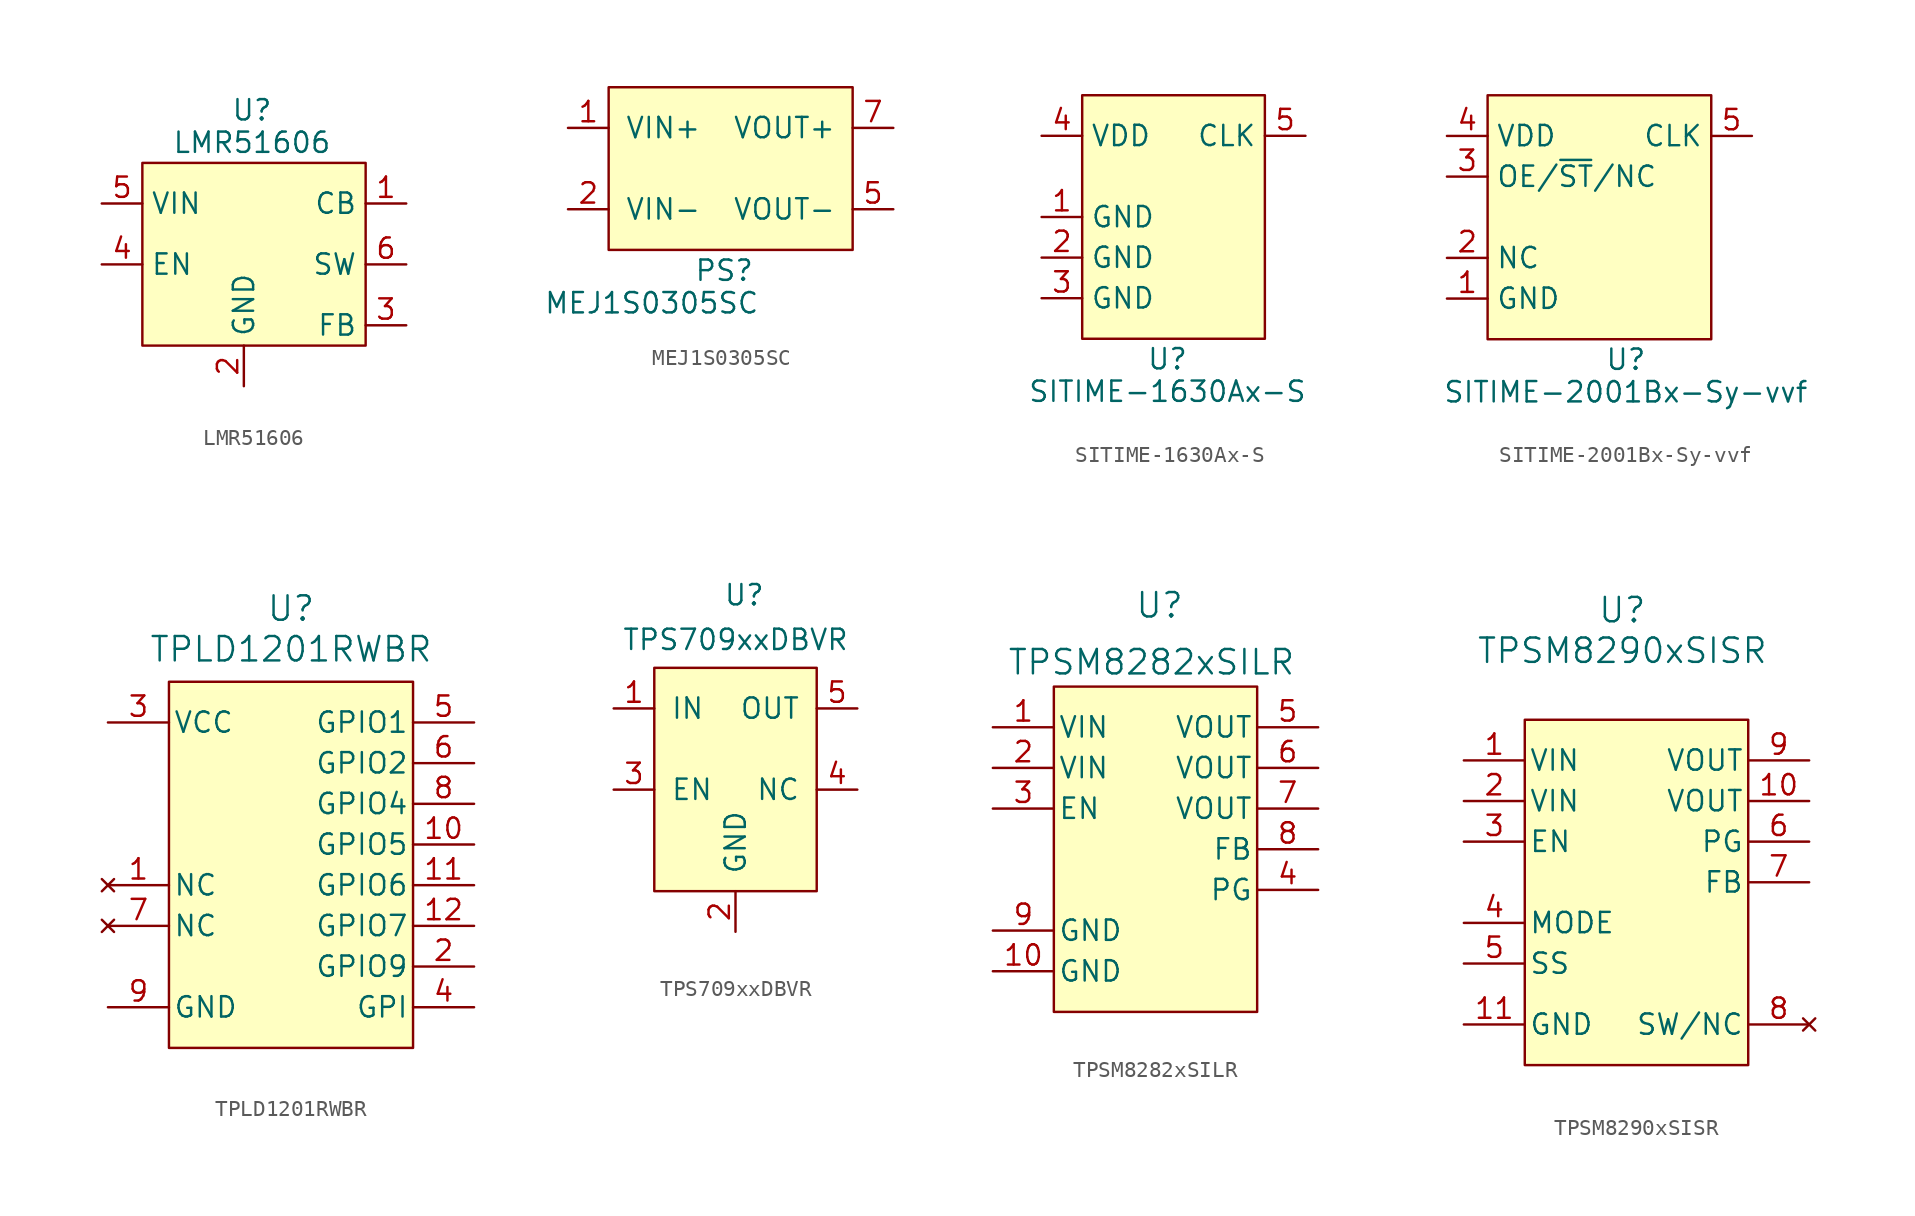
<source format=kicad_sym>
(kicad_symbol_lib
  (version 20241209)
  (generator "kicad_symbol_editor")
  (generator_version "9.0")
  (symbol "LMR51606"
    (property "Reference" "U"
      (at 6.858 4.572 0)
      (effects (font (size 1.27 1.27))))
    (property "Value" "LMR51606"
      (at 6.858 2.54 0)
      (effects (font (size 1.27 1.27))))
    (symbol "LMR51606_1_1"
      (rectangle (start 0 1.27) (end 13.97 -10.16) (stroke (width 0) (type solid)) (fill (type background)))
      (pin power_in line (at -2.54 -1.27 0) (length 2.54) (name "VIN" (effects (font (size 1.27 1.27)))) (number "5" (effects (font (size 1.27 1.27)))))
      (pin input line (at -2.54 -5.08 0) (length 2.54) (name "EN" (effects (font (size 1.27 1.27)))) (number "4" (effects (font (size 1.27 1.27)))))
      (pin power_out line (at 6.35 -12.7 90) (length 2.54) (name "GND" (effects (font (size 1.27 1.27)))) (number "2" (effects (font (size 1.27 1.27)))))
      (pin bidirectional line (at 16.51 -1.27 180) (length 2.54) (name "CB" (effects (font (size 1.27 1.27)))) (number "1" (effects (font (size 1.27 1.27)))))
      (pin power_out line (at 16.51 -5.08 180) (length 2.54) (name "SW" (effects (font (size 1.27 1.27)))) (number "6" (effects (font (size 1.27 1.27)))))
      (pin input line (at 16.51 -8.89 180) (length 2.54) (name "FB" (effects (font (size 1.27 1.27)))) (number "3" (effects (font (size 1.27 1.27)))))))
  (symbol "MEJ1S0305SC"
    (pin_names
      (offset 1.016))
    (property "Reference" "PS"
      (at 5.334 -2.032 0)
      (effects (font (size 1.27 1.27)) (justify left bottom)))
    (property "Value" "MEJ1S0305SC"
      (at -4.064 -4.064 0)
      (effects (font (size 1.27 1.27)) (justify left bottom)))
    (symbol "MEJ1S0305SC_1_0"
      (rectangle (start 0 10.16) (end 15.24 0) (stroke (width 0) (type solid)) (fill (type background)))
      (pin input line (at -2.54 7.62 0) (length 2.54) (name "VIN+" (effects (font (size 1.27 1.27)))) (number "1" (effects (font (size 1.27 1.27)))))
      (pin input line (at -2.54 2.54 0) (length 2.54) (name "VIN-" (effects (font (size 1.27 1.27)))) (number "2" (effects (font (size 1.27 1.27)))))
      (pin output line (at 17.78 7.62 180) (length 2.54) (name "VOUT+" (effects (font (size 1.27 1.27)))) (number "7" (effects (font (size 1.27 1.27)))))
      (pin output line (at 17.78 2.54 180) (length 2.54) (name "VOUT-" (effects (font (size 1.27 1.27)))) (number "5" (effects (font (size 1.27 1.27)))))))
  (symbol "SITIME-1630Ax-S"
    (property "Reference" "U"
      (at 5.334 -1.27 0)
      (effects (font (size 1.27 1.27))))
    (property "Value" "SITIME-1630Ax-S"
      (at 5.334 -3.302 0)
      (effects (font (size 1.27 1.27))))
    (symbol "SITIME-1630Ax-S_1_1"
      (rectangle (start 0 15.24) (end 11.43 0) (stroke (width 0) (type solid)) (fill (type background)))
      (pin power_in line (at -2.54 12.7 0) (length 2.54) (name "VDD" (effects (font (size 1.27 1.27)))) (number "4" (effects (font (size 1.27 1.27)))))
      (pin power_in line (at -2.54 7.62 0) (length 2.54) (name "GND" (effects (font (size 1.27 1.27)))) (number "1" (effects (font (size 1.27 1.27)))))
      (pin power_in line (at -2.54 5.08 0) (length 2.54) (name "GND" (effects (font (size 1.27 1.27)))) (number "2" (effects (font (size 1.27 1.27)))))
      (pin power_in line (at -2.54 2.54 0) (length 2.54) (name "GND" (effects (font (size 1.27 1.27)))) (number "3" (effects (font (size 1.27 1.27)))))
      (pin output line (at 13.97 12.7 180) (length 2.54) (name "CLK" (effects (font (size 1.27 1.27)))) (number "5" (effects (font (size 1.27 1.27)))))))
  (symbol "SITIME-2001Bx-Sy-vvf"
    (property "Reference" "U"
      (at 8.636 -1.27 0)
      (effects (font (size 1.27 1.27))))
    (property "Value" "SITIME-2001Bx-Sy-vvf"
      (at 8.636 -3.302 0)
      (effects (font (size 1.27 1.27))))
    (symbol "SITIME-2001Bx-Sy-vvf_1_1"
      (rectangle (start 0 15.24) (end 13.97 0) (stroke (width 0) (type solid)) (fill (type background)))
      (pin power_in line (at -2.54 12.7 0) (length 2.54) (name "VDD" (effects (font (size 1.27 1.27)))) (number "4" (effects (font (size 1.27 1.27)))))
      (pin power_in line (at -2.54 10.16 0) (length 2.54) (name "OE/~{ST}/NC" (effects (font (size 1.27 1.27)))) (number "3" (effects (font (size 1.27 1.27)))))
      (pin power_in line (at -2.54 5.08 0) (length 2.54) (name "NC" (effects (font (size 1.27 1.27)))) (number "2" (effects (font (size 1.27 1.27)))))
      (pin power_in line (at -2.54 2.54 0) (length 2.54) (name "GND" (effects (font (size 1.27 1.27)))) (number "1" (effects (font (size 1.27 1.27)))))
      (pin output line (at 16.51 12.7 180) (length 2.54) (name "CLK" (effects (font (size 1.27 1.27)))) (number "5" (effects (font (size 1.27 1.27)))))))
  (symbol "TPLD1201RWBR"
    (pin_names
      (offset 0.254))
    (property "Reference" "U"
      (at 7.62 4.572 0)
      (effects (font (size 1.524 1.524))))
    (property "Value" "TPLD1201RWBR"
      (at 7.62 2.032 0)
      (effects (font (size 1.524 1.524))))
    (symbol "TPLD1201RWBR_0_1"
      (pin power_in line (at -3.81 -2.54 0) (length 3.81) (name "VCC" (effects (font (size 1.27 1.27)))) (number "3" (effects (font (size 1.27 1.27)))))
      (pin power_in line (at -3.81 -20.32 0) (length 3.81) (name "GND" (effects (font (size 1.27 1.27)))) (number "9" (effects (font (size 1.27 1.27)))))
      (pin bidirectional line (at 19.05 -2.54 180) (length 3.81) (name "GPIO1" (effects (font (size 1.27 1.27)))) (number "5" (effects (font (size 1.27 1.27)))))
      (pin bidirectional line (at 19.05 -5.08 180) (length 3.81) (name "GPIO2" (effects (font (size 1.27 1.27)))) (number "6" (effects (font (size 1.27 1.27)))))
      (pin bidirectional line (at 19.05 -7.62 180) (length 3.81) (name "GPIO4" (effects (font (size 1.27 1.27)))) (number "8" (effects (font (size 1.27 1.27)))))
      (pin bidirectional line (at 19.05 -10.16 180) (length 3.81) (name "GPIO5" (effects (font (size 1.27 1.27)))) (number "10" (effects (font (size 1.27 1.27)))))
      (pin bidirectional line (at 19.05 -12.7 180) (length 3.81) (name "GPIO6" (effects (font (size 1.27 1.27)))) (number "11" (effects (font (size 1.27 1.27)))))
      (pin bidirectional line (at 19.05 -15.24 180) (length 3.81) (name "GPIO7" (effects (font (size 1.27 1.27)))) (number "12" (effects (font (size 1.27 1.27)))))
      (pin bidirectional line (at 19.05 -17.78 180) (length 3.81) (name "GPIO9" (effects (font (size 1.27 1.27)))) (number "2" (effects (font (size 1.27 1.27)))))
      (pin input line (at 19.05 -20.32 180) (length 3.81) (name "GPI" (effects (font (size 1.27 1.27)))) (number "4" (effects (font (size 1.27 1.27))))))
    (symbol "TPLD1201RWBR_1_1"
      (rectangle (start 0 0) (end 15.24 -22.86) (stroke (width 0) (type solid)) (fill (type background)))
      (pin no_connect line (at -3.81 -12.7 0) (length 3.81) (name "NC" (effects (font (size 1.27 1.27)))) (number "1" (effects (font (size 1.27 1.27)))))
      (pin no_connect line (at -3.81 -15.24 0) (length 3.81) (name "NC" (effects (font (size 1.27 1.27)))) (number "7" (effects (font (size 1.27 1.27)))))))
  (symbol "TPS709xxDBVR"
    (pin_names
      (offset 1.016))
    (property "Reference" "U"
      (at 4.318 17.78 0)
      (effects (font (size 1.27 1.27)) (justify left bottom)))
    (property "Value" "TPS709xxDBVR"
      (at -2.032 14.986 0)
      (effects (font (size 1.27 1.27)) (justify left bottom)))
    (symbol "TPS709xxDBVR_1_0"
      (rectangle (start 0 13.97) (end 10.16 0) (stroke (width 0) (type solid)) (fill (type background)))
      (pin input line (at -2.54 11.43 0) (length 2.54) (name "IN" (effects (font (size 1.27 1.27)))) (number "1" (effects (font (size 1.27 1.27)))))
      (pin input line (at -2.54 6.35 0) (length 2.54) (name "EN" (effects (font (size 1.27 1.27)))) (number "3" (effects (font (size 1.27 1.27)))))
      (pin power_in line (at 5.08 -2.54 90) (length 2.54) (name "GND" (effects (font (size 1.27 1.27)))) (number "2" (effects (font (size 1.27 1.27)))))
      (pin power_out line (at 12.7 11.43 180) (length 2.54) (name "OUT" (effects (font (size 1.27 1.27)))) (number "5" (effects (font (size 1.27 1.27)))))
      (pin unspecified line (at 12.7 6.35 180) (length 2.54) (name "NC" (effects (font (size 1.27 1.27)))) (number "4" (effects (font (size 1.27 1.27)))))))
  (symbol "TPSM8282xSILR"
    (pin_names
      (offset 0.254))
    (property "Reference" "U"
      (at 6.604 6.35 0)
      (effects (font (size 1.524 1.524))))
    (property "Value" "TPSM8282xSILR"
      (at 6.096 2.794 0)
      (effects (font (size 1.524 1.524))))
    (symbol "TPSM8282xSILR_0_1"
      (pin power_in line (at -3.81 -1.27 0) (length 3.81) (name "VIN" (effects (font (size 1.27 1.27)))) (number "1" (effects (font (size 1.27 1.27)))))
      (pin power_in line (at -3.81 -3.81 0) (length 3.81) (name "VIN" (effects (font (size 1.27 1.27)))) (number "2" (effects (font (size 1.27 1.27)))))
      (pin input line (at -3.81 -6.35 0) (length 3.81) (name "EN" (effects (font (size 1.27 1.27)))) (number "3" (effects (font (size 1.27 1.27)))))
      (pin power_in line (at -3.81 -13.97 0) (length 3.81) (name "GND" (effects (font (size 1.27 1.27)))) (number "9" (effects (font (size 1.27 1.27)))))
      (pin power_in line (at -3.81 -16.51 0) (length 3.81) (name "GND" (effects (font (size 1.27 1.27)))) (number "10" (effects (font (size 1.27 1.27)))))
      (pin unspecified line (at 16.51 -1.27 180) (length 3.81) (name "VOUT" (effects (font (size 1.27 1.27)))) (number "5" (effects (font (size 1.27 1.27)))))
      (pin unspecified line (at 16.51 -3.81 180) (length 3.81) (name "VOUT" (effects (font (size 1.27 1.27)))) (number "6" (effects (font (size 1.27 1.27)))))
      (pin unspecified line (at 16.51 -6.35 180) (length 3.81) (name "VOUT" (effects (font (size 1.27 1.27)))) (number "7" (effects (font (size 1.27 1.27)))))
      (pin unspecified line (at 16.51 -8.89 180) (length 3.81) (name "FB" (effects (font (size 1.27 1.27)))) (number "8" (effects (font (size 1.27 1.27)))))
      (pin open_collector line (at 16.51 -11.43 180) (length 3.81) (name "PG" (effects (font (size 1.27 1.27)))) (number "4" (effects (font (size 1.27 1.27))))))
    (symbol "TPSM8282xSILR_1_1"
      (rectangle (start 0 1.27) (end 12.7 -19.05) (stroke (width 0) (type solid)) (fill (type background)))))
  (symbol "TPSM8290xSISR"
    (pin_names
      (offset 0.254))
    (property "Reference" "U"
      (at 6.096 6.858 0)
      (effects (font (size 1.524 1.524))))
    (property "Value" "TPSM8290xSISR"
      (at 6.096 4.318 0)
      (effects (font (size 1.524 1.524))))
    (symbol "TPSM8290xSISR_0_1"
      (pin power_in line (at -3.81 -2.54 0) (length 3.81) (name "VIN" (effects (font (size 1.27 1.27)))) (number "1" (effects (font (size 1.27 1.27)))))
      (pin power_in line (at -3.81 -5.08 0) (length 3.81) (name "VIN" (effects (font (size 1.27 1.27)))) (number "2" (effects (font (size 1.27 1.27)))))
      (pin input line (at -3.81 -7.62 0) (length 3.81) (name "EN" (effects (font (size 1.27 1.27)))) (number "3" (effects (font (size 1.27 1.27)))))
      (pin power_out line (at -3.81 -19.05 0) (length 3.81) (name "GND" (effects (font (size 1.27 1.27)))) (number "11" (effects (font (size 1.27 1.27)))))
      (pin output line (at 17.78 -2.54 180) (length 3.81) (name "VOUT" (effects (font (size 1.27 1.27)))) (number "9" (effects (font (size 1.27 1.27)))))
      (pin output line (at 17.78 -5.08 180) (length 3.81) (name "VOUT" (effects (font (size 1.27 1.27)))) (number "10" (effects (font (size 1.27 1.27)))))
      (pin output line (at 17.78 -7.62 180) (length 3.81) (name "PG" (effects (font (size 1.27 1.27)))) (number "6" (effects (font (size 1.27 1.27)))))
      (pin no_connect line (at 17.78 -19.05 180) (length 3.81) (name "SW/NC" (effects (font (size 1.27 1.27)))) (number "8" (effects (font (size 1.27 1.27))))))
    (symbol "TPSM8290xSISR_1_1"
      (rectangle (start 0 0) (end 13.97 -21.59) (stroke (width 0) (type solid)) (fill (type background)))
      (pin input line (at -3.81 -12.7 0) (length 3.81) (name "MODE" (effects (font (size 1.27 1.27)))) (number "4" (effects (font (size 1.27 1.27)))))
      (pin input line (at -3.81 -15.24 0) (length 3.81) (name "SS" (effects (font (size 1.27 1.27)))) (number "5" (effects (font (size 1.27 1.27)))))
      (pin input line (at 17.78 -10.16 180) (length 3.81) (name "FB" (effects (font (size 1.27 1.27)))) (number "7" (effects (font (size 1.27 1.27))))))))
</source>
